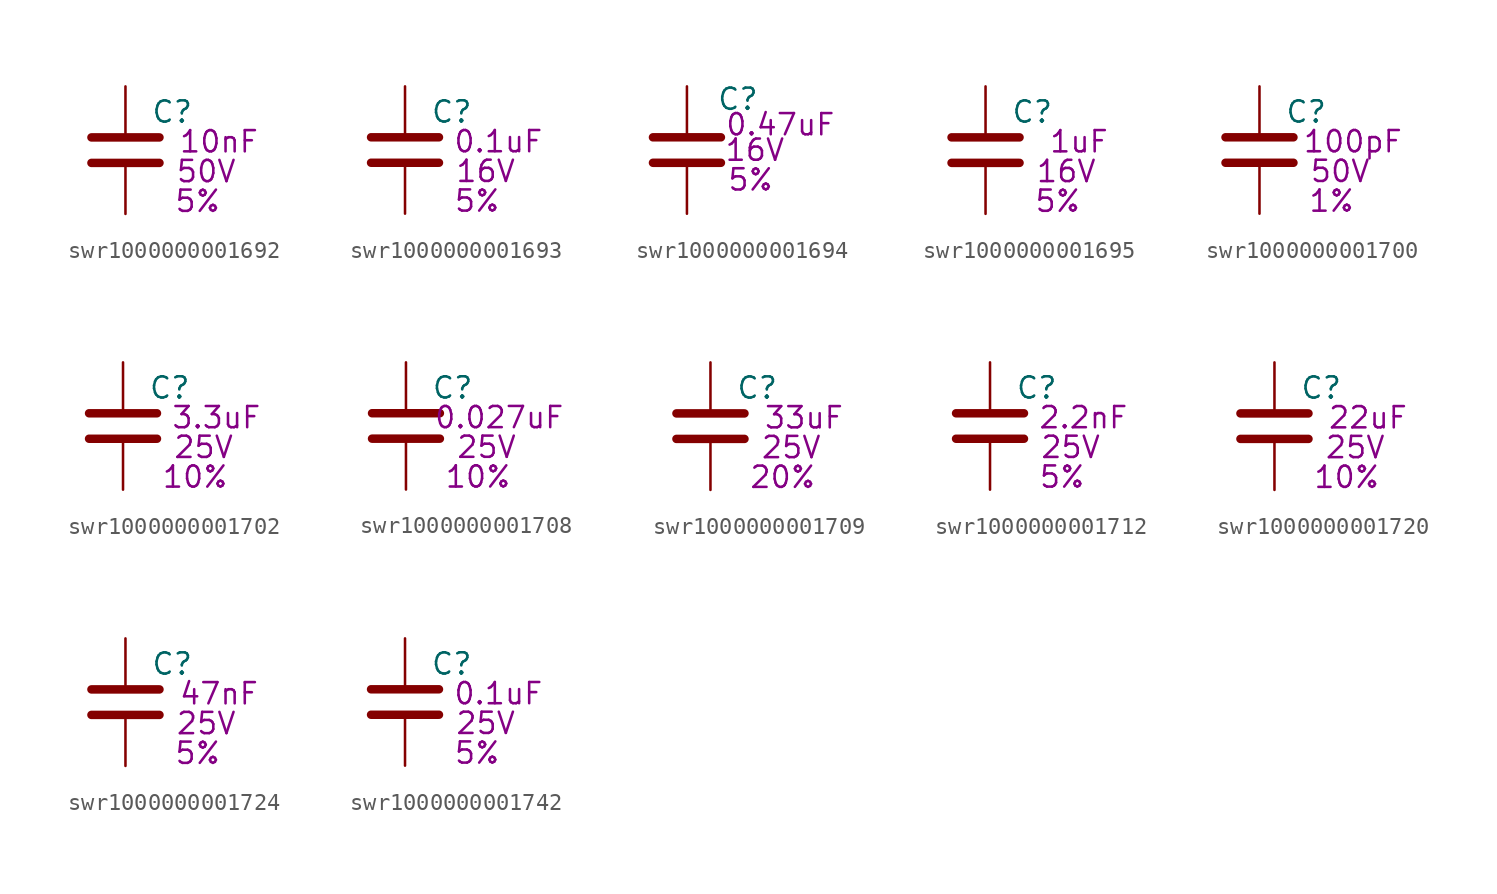
<source format=kicad_sym>
(kicad_symbol_lib
  (version 20220914)
  (generator kicad_symbol_editor)
  (symbol "swr1000000001692"
    (pin_numbers hide)
    (pin_names
      (offset 1.016))
    (property "Reference" "C"
      (at 2.794 2.286 0)
      (effects (font (size 1.27 1.27))))
    (property "Tolerance" "5%"
      (at 4.318 -3.048 0)
      (effects (font (size 1.27 1.27))))
    (property "Voltage" "50V"
      (at 4.826 -1.27 0)
      (effects (font (size 1.27 1.27))))
    (property "PartValue" "10nF"
      (at 5.588 0.508 0)
      (effects (font (size 1.27 1.27))))
    (symbol "swr1000000001692_1_1"
      (polyline (pts (xy -2.032 -0.762) (xy 2.032 -0.762)) (stroke (width 0.508) (type default)) (fill (type none)))
      (polyline (pts (xy -2.032 0.762) (xy 2.032 0.762)) (stroke (width 0.508) (type default)) (fill (type none)))
      (pin passive line (at 0 3.81 270) (length 2.794) (name "~" (effects (font (size 1.27 1.27)))) (number "1" (effects (font (size 1.27 1.27)))))
      (pin passive line (at 0 -3.81 90) (length 2.794) (name "~" (effects (font (size 1.27 1.27)))) (number "2" (effects (font (size 1.27 1.27)))))))
  (symbol "swr1000000001693"
    (pin_numbers hide)
    (pin_names
      (offset 1.016))
    (property "Reference" "C"
      (at 2.794 2.286 0)
      (effects (font (size 1.27 1.27))))
    (property "Tolerance" "5%"
      (at 4.318 -3.048 0)
      (effects (font (size 1.27 1.27))))
    (property "Voltage" "16V"
      (at 4.826 -1.27 0)
      (effects (font (size 1.27 1.27))))
    (property "PartValue" "0.1uF"
      (at 5.588 0.508 0)
      (effects (font (size 1.27 1.27))))
    (symbol "swr1000000001693_1_1"
      (polyline (pts (xy -2.032 -0.762) (xy 2.032 -0.762)) (stroke (width 0.508) (type default)) (fill (type none)))
      (polyline (pts (xy -2.032 0.762) (xy 2.032 0.762)) (stroke (width 0.508) (type default)) (fill (type none)))
      (pin passive line (at 0 3.81 270) (length 2.794) (name "~" (effects (font (size 1.27 1.27)))) (number "1" (effects (font (size 1.27 1.27)))))
      (pin passive line (at 0 -3.81 90) (length 2.794) (name "~" (effects (font (size 1.27 1.27)))) (number "2" (effects (font (size 1.27 1.27)))))))
  (symbol "swr1000000001694"
    (pin_numbers hide)
    (pin_names
      (offset 1.016))
    (property "Reference" "C"
      (at 3.048 3.048 0)
      (effects (font (size 1.27 1.27))))
    (property "PartValue" "0.47uF"
      (at 5.588 1.524 0)
      (effects (font (size 1.27 1.27))))
    (property "Voltage" "16V"
      (at 4.064 0 0)
      (effects (font (size 1.27 1.27))))
    (property "Tolerance" "5%"
      (at 3.81 -1.778 0)
      (effects (font (size 1.27 1.27))))
    (symbol "swr1000000001694_1_1"
      (polyline (pts (xy -2.032 -0.762) (xy 2.032 -0.762)) (stroke (width 0.508) (type default)) (fill (type none)))
      (polyline (pts (xy -2.032 0.762) (xy 2.032 0.762)) (stroke (width 0.508) (type default)) (fill (type none)))
      (pin passive line (at 0 3.81 270) (length 2.794) (name "~" (effects (font (size 1.27 1.27)))) (number "1" (effects (font (size 1.27 1.27)))))
      (pin passive line (at 0 -3.81 90) (length 2.794) (name "~" (effects (font (size 1.27 1.27)))) (number "2" (effects (font (size 1.27 1.27)))))))
  (symbol "swr1000000001695"
    (pin_numbers hide)
    (pin_names
      (offset 1.016))
    (property "Reference" "C"
      (at 2.794 2.286 0)
      (effects (font (size 1.27 1.27))))
    (property "Tolerance" "5%"
      (at 4.318 -3.048 0)
      (effects (font (size 1.27 1.27))))
    (property "Voltage" "16V"
      (at 4.826 -1.27 0)
      (effects (font (size 1.27 1.27))))
    (property "PartValue" "1uF"
      (at 5.588 0.508 0)
      (effects (font (size 1.27 1.27))))
    (symbol "swr1000000001695_1_1"
      (polyline (pts (xy -2.032 -0.762) (xy 2.032 -0.762)) (stroke (width 0.508) (type default)) (fill (type none)))
      (polyline (pts (xy -2.032 0.762) (xy 2.032 0.762)) (stroke (width 0.508) (type default)) (fill (type none)))
      (pin passive line (at 0 3.81 270) (length 2.794) (name "~" (effects (font (size 1.27 1.27)))) (number "1" (effects (font (size 1.27 1.27)))))
      (pin passive line (at 0 -3.81 90) (length 2.794) (name "~" (effects (font (size 1.27 1.27)))) (number "2" (effects (font (size 1.27 1.27)))))))
  (symbol "swr1000000001700"
    (pin_numbers hide)
    (pin_names
      (offset 1.016))
    (property "Reference" "C"
      (at 2.794 2.286 0)
      (effects (font (size 1.27 1.27))))
    (property "Tolerance" "1%"
      (at 4.318 -3.048 0)
      (effects (font (size 1.27 1.27))))
    (property "Voltage" "50V"
      (at 4.826 -1.27 0)
      (effects (font (size 1.27 1.27))))
    (property "PartValue" "100pF"
      (at 5.588 0.508 0)
      (effects (font (size 1.27 1.27))))
    (symbol "swr1000000001700_1_1"
      (polyline (pts (xy -2.032 -0.762) (xy 2.032 -0.762)) (stroke (width 0.508) (type default)) (fill (type none)))
      (polyline (pts (xy -2.032 0.762) (xy 2.032 0.762)) (stroke (width 0.508) (type default)) (fill (type none)))
      (pin passive line (at 0 3.81 270) (length 2.794) (name "~" (effects (font (size 1.27 1.27)))) (number "1" (effects (font (size 1.27 1.27)))))
      (pin passive line (at 0 -3.81 90) (length 2.794) (name "~" (effects (font (size 1.27 1.27)))) (number "2" (effects (font (size 1.27 1.27)))))))
  (symbol "swr1000000001702"
    (pin_numbers hide)
    (pin_names
      (offset 1.016))
    (property "Reference" "C"
      (at 2.794 2.286 0)
      (effects (font (size 1.27 1.27))))
    (property "Tolerance" "10%"
      (at 4.318 -3.048 0)
      (effects (font (size 1.27 1.27))))
    (property "Voltage" "25V"
      (at 4.826 -1.27 0)
      (effects (font (size 1.27 1.27))))
    (property "PartValue" "3.3uF"
      (at 5.588 0.508 0)
      (effects (font (size 1.27 1.27))))
    (symbol "swr1000000001702_1_1"
      (polyline (pts (xy -2.032 -0.762) (xy 2.032 -0.762)) (stroke (width 0.508) (type default)) (fill (type none)))
      (polyline (pts (xy -2.032 0.762) (xy 2.032 0.762)) (stroke (width 0.508) (type default)) (fill (type none)))
      (pin passive line (at 0 3.81 270) (length 2.794) (name "~" (effects (font (size 1.27 1.27)))) (number "1" (effects (font (size 1.27 1.27)))))
      (pin passive line (at 0 -3.81 90) (length 2.794) (name "~" (effects (font (size 1.27 1.27)))) (number "2" (effects (font (size 1.27 1.27)))))))
  (symbol "swr1000000001708"
    (pin_numbers hide)
    (pin_names
      (offset 1.016))
    (property "Reference" "C"
      (at 2.794 2.286 0)
      (effects (font (size 1.27 1.27))))
    (property "Tolerance" "10%"
      (at 4.318 -3.048 0)
      (effects (font (size 1.27 1.27))))
    (property "Voltage" "25V"
      (at 4.826 -1.27 0)
      (effects (font (size 1.27 1.27))))
    (property "PartValue" "0.027uF"
      (at 5.588 0.508 0)
      (effects (font (size 1.27 1.27))))
    (symbol "swr1000000001708_1_1"
      (polyline (pts (xy -2.032 -0.762) (xy 2.032 -0.762)) (stroke (width 0.508) (type default)) (fill (type none)))
      (polyline (pts (xy -2.032 0.762) (xy 2.032 0.762)) (stroke (width 0.508) (type default)) (fill (type none)))
      (pin passive line (at 0 3.81 270) (length 2.794) (name "~" (effects (font (size 1.27 1.27)))) (number "1" (effects (font (size 1.27 1.27)))))
      (pin passive line (at 0 -3.81 90) (length 2.794) (name "~" (effects (font (size 1.27 1.27)))) (number "2" (effects (font (size 1.27 1.27)))))))
  (symbol "swr1000000001709"
    (pin_numbers hide)
    (pin_names
      (offset 1.016))
    (property "Reference" "C"
      (at 2.794 2.286 0)
      (effects (font (size 1.27 1.27))))
    (property "Tolerance" "20%"
      (at 4.318 -3.048 0)
      (effects (font (size 1.27 1.27))))
    (property "Voltage" "25V"
      (at 4.826 -1.27 0)
      (effects (font (size 1.27 1.27))))
    (property "PartValue" "33uF"
      (at 5.588 0.508 0)
      (effects (font (size 1.27 1.27))))
    (symbol "swr1000000001709_1_1"
      (polyline (pts (xy -2.032 -0.762) (xy 2.032 -0.762)) (stroke (width 0.508) (type default)) (fill (type none)))
      (polyline (pts (xy -2.032 0.762) (xy 2.032 0.762)) (stroke (width 0.508) (type default)) (fill (type none)))
      (pin passive line (at 0 3.81 270) (length 2.794) (name "~" (effects (font (size 1.27 1.27)))) (number "1" (effects (font (size 1.27 1.27)))))
      (pin passive line (at 0 -3.81 90) (length 2.794) (name "~" (effects (font (size 1.27 1.27)))) (number "2" (effects (font (size 1.27 1.27)))))))
  (symbol "swr1000000001712"
    (pin_numbers hide)
    (pin_names
      (offset 1.016))
    (property "Reference" "C"
      (at 2.794 2.286 0)
      (effects (font (size 1.27 1.27))))
    (property "Tolerance" "5%"
      (at 4.318 -3.048 0)
      (effects (font (size 1.27 1.27))))
    (property "Voltage" "25V"
      (at 4.826 -1.27 0)
      (effects (font (size 1.27 1.27))))
    (property "PartValue" "2.2nF"
      (at 5.588 0.508 0)
      (effects (font (size 1.27 1.27))))
    (symbol "swr1000000001712_1_1"
      (polyline (pts (xy -2.032 -0.762) (xy 2.032 -0.762)) (stroke (width 0.508) (type default)) (fill (type none)))
      (polyline (pts (xy -2.032 0.762) (xy 2.032 0.762)) (stroke (width 0.508) (type default)) (fill (type none)))
      (pin passive line (at 0 3.81 270) (length 2.794) (name "~" (effects (font (size 1.27 1.27)))) (number "1" (effects (font (size 1.27 1.27)))))
      (pin passive line (at 0 -3.81 90) (length 2.794) (name "~" (effects (font (size 1.27 1.27)))) (number "2" (effects (font (size 1.27 1.27)))))))
  (symbol "swr1000000001720"
    (pin_numbers hide)
    (pin_names
      (offset 1.016))
    (property "Reference" "C"
      (at 2.794 2.286 0)
      (effects (font (size 1.27 1.27))))
    (property "Tolerance" "10%"
      (at 4.318 -3.048 0)
      (effects (font (size 1.27 1.27))))
    (property "Voltage" "25V"
      (at 4.826 -1.27 0)
      (effects (font (size 1.27 1.27))))
    (property "PartValue" "22uF"
      (at 5.588 0.508 0)
      (effects (font (size 1.27 1.27))))
    (symbol "swr1000000001720_1_1"
      (polyline (pts (xy -2.032 -0.762) (xy 2.032 -0.762)) (stroke (width 0.508) (type default)) (fill (type none)))
      (polyline (pts (xy -2.032 0.762) (xy 2.032 0.762)) (stroke (width 0.508) (type default)) (fill (type none)))
      (pin passive line (at 0 3.81 270) (length 2.794) (name "~" (effects (font (size 1.27 1.27)))) (number "1" (effects (font (size 1.27 1.27)))))
      (pin passive line (at 0 -3.81 90) (length 2.794) (name "~" (effects (font (size 1.27 1.27)))) (number "2" (effects (font (size 1.27 1.27)))))))
  (symbol "swr1000000001724"
    (pin_numbers hide)
    (pin_names
      (offset 1.016))
    (property "Reference" "C"
      (at 2.794 2.286 0)
      (effects (font (size 1.27 1.27))))
    (property "Tolerance" "5%"
      (at 4.318 -3.048 0)
      (effects (font (size 1.27 1.27))))
    (property "Voltage" "25V"
      (at 4.826 -1.27 0)
      (effects (font (size 1.27 1.27))))
    (property "PartValue" "47nF"
      (at 5.588 0.508 0)
      (effects (font (size 1.27 1.27))))
    (symbol "swr1000000001724_1_1"
      (polyline (pts (xy -2.032 -0.762) (xy 2.032 -0.762)) (stroke (width 0.508) (type default)) (fill (type none)))
      (polyline (pts (xy -2.032 0.762) (xy 2.032 0.762)) (stroke (width 0.508) (type default)) (fill (type none)))
      (pin passive line (at 0 3.81 270) (length 2.794) (name "~" (effects (font (size 1.27 1.27)))) (number "1" (effects (font (size 1.27 1.27)))))
      (pin passive line (at 0 -3.81 90) (length 2.794) (name "~" (effects (font (size 1.27 1.27)))) (number "2" (effects (font (size 1.27 1.27)))))))
  (symbol "swr1000000001742"
    (pin_numbers hide)
    (pin_names
      (offset 1.016))
    (property "Reference" "C"
      (at 2.794 2.286 0)
      (effects (font (size 1.27 1.27))))
    (property "Tolerance" "5%"
      (at 4.318 -3.048 0)
      (effects (font (size 1.27 1.27))))
    (property "Voltage" "25V"
      (at 4.826 -1.27 0)
      (effects (font (size 1.27 1.27))))
    (property "PartValue" "0.1uF"
      (at 5.588 0.508 0)
      (effects (font (size 1.27 1.27))))
    (symbol "swr1000000001742_1_1"
      (polyline (pts (xy -2.032 -0.762) (xy 2.032 -0.762)) (stroke (width 0.508) (type default)) (fill (type none)))
      (polyline (pts (xy -2.032 0.762) (xy 2.032 0.762)) (stroke (width 0.508) (type default)) (fill (type none)))
      (pin passive line (at 0 3.81 270) (length 2.794) (name "~" (effects (font (size 1.27 1.27)))) (number "1" (effects (font (size 1.27 1.27)))))
      (pin passive line (at 0 -3.81 90) (length 2.794) (name "~" (effects (font (size 1.27 1.27)))) (number "2" (effects (font (size 1.27 1.27))))))))
</source>
